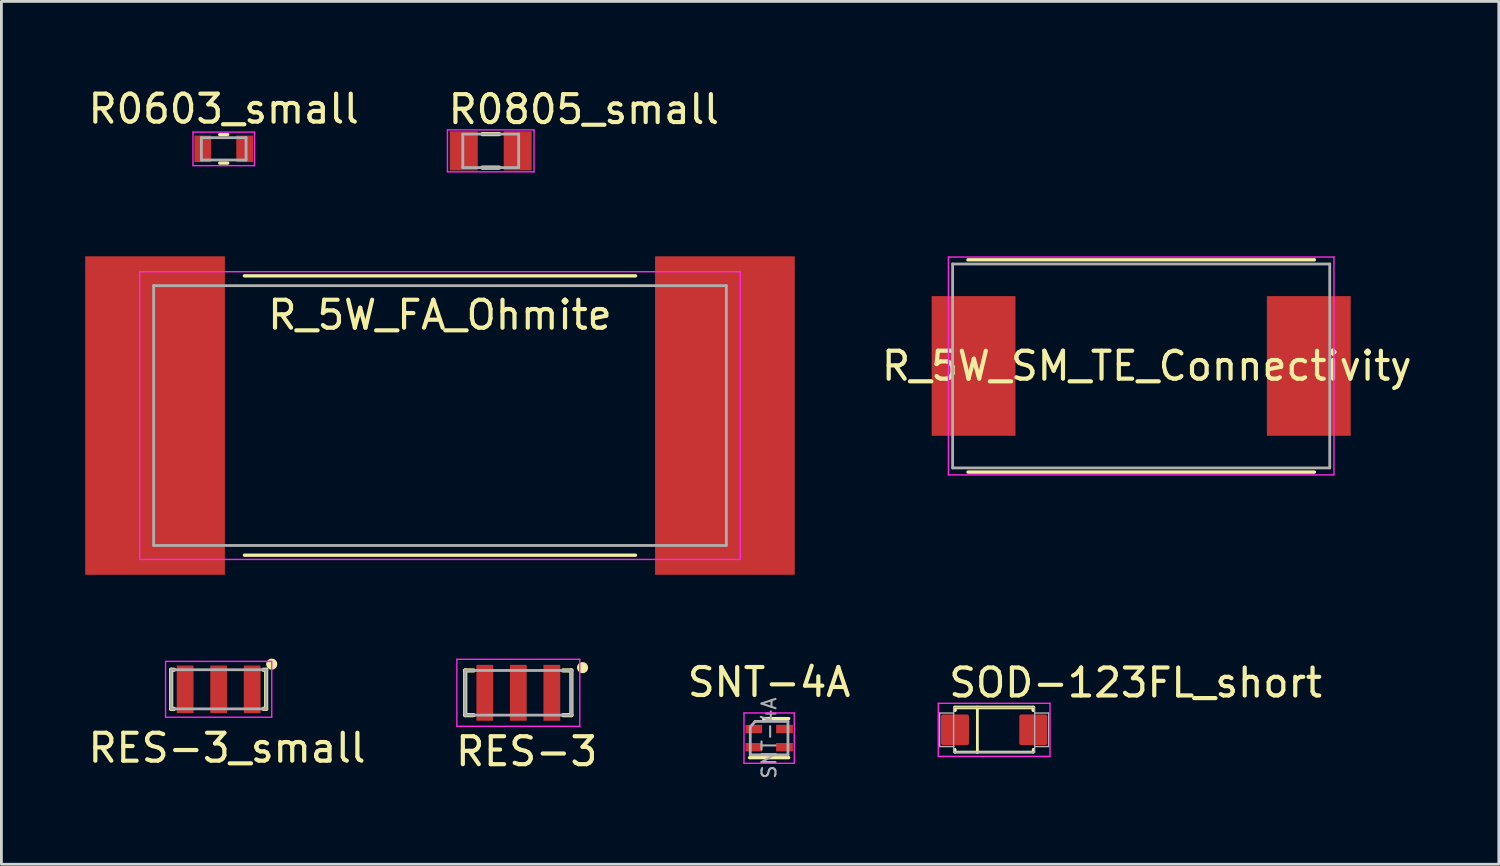
<source format=kicad_pcb>
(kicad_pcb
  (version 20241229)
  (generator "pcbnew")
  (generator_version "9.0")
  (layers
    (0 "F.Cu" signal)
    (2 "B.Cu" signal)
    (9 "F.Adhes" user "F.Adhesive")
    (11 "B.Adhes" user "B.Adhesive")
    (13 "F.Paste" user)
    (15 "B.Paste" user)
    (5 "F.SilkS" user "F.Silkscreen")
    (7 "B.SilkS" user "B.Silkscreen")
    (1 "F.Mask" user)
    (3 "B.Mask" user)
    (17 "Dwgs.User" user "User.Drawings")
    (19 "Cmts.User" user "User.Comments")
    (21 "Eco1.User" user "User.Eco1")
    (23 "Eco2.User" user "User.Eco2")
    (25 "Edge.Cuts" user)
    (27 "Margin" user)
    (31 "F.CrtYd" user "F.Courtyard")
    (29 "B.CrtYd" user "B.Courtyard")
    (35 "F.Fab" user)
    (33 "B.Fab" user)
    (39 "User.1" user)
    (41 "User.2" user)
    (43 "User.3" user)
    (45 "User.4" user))
  (footprint "SOD-123FL_short"
    (layer "F.Cu")
    (at 32.537 23.075)
    (property "Reference" "SOD-123FL_short" (at -1.7 -1.1 180) (layer "F.SilkS") (effects (font (size 1 1) (thickness 0.15)) (justify left bottom)))
    (attr through_hole)
    (fp_line (start -1.4 -0.8) (end -0.6 -0.8) (stroke (width 0.127) (type solid)) (layer "F.SilkS"))
    (fp_line (start -1.4 -0.7) (end -1.4 -0.8) (stroke (width 0.127) (type solid)) (layer "F.SilkS"))
    (fp_line (start -1.4 0.7) (end -1.4 0.8) (stroke (width 0.1) (type solid)) (layer "F.SilkS"))
    (fp_line (start -1.4 0.8) (end -0.6 0.8) (stroke (width 0.1) (type solid)) (layer "F.SilkS"))
    (fp_line (start -0.6 -0.8) (end -0.6 0.8) (stroke (width 0.1) (type solid)) (layer "F.SilkS"))
    (fp_line (start -0.6 -0.8) (end 1.4 -0.8) (stroke (width 0.127) (type solid)) (layer "F.SilkS"))
    (fp_line (start -0.6 0.8) (end 1.4 0.8) (stroke (width 0.1) (type solid)) (layer "F.SilkS"))
    (fp_line (start 1.4 -0.8) (end 1.4 -0.7) (stroke (width 0.127) (type solid)) (layer "F.SilkS"))
    (fp_line (start 1.4 0.8) (end 1.4 0.7) (stroke (width 0.1) (type solid)) (layer "F.SilkS"))
    (fp_line (start -2 -0.95) (end -2 0.95) (stroke (width 0.05) (type solid)) (layer "F.CrtYd"))
    (fp_line (start -2 0.95) (end 2 0.95) (stroke (width 0.05) (type solid)) (layer "F.CrtYd"))
    (fp_line (start 2 -0.95) (end -2 -0.95) (stroke (width 0.05) (type solid)) (layer "F.CrtYd"))
    (fp_line (start 2 0.95) (end 2 -0.95) (stroke (width 0.05) (type solid)) (layer "F.CrtYd"))
    (fp_line (start -1.95 -0.6) (end -1.95 0.6) (stroke (width 0.05) (type solid)) (layer "F.Fab"))
    (fp_line (start -1.95 -0.6) (end -1.45 -0.6) (stroke (width 0.05) (type solid)) (layer "F.Fab"))
    (fp_line (start -1.95 0.6) (end -1.45 0.6) (stroke (width 0.05) (type solid)) (layer "F.Fab"))
    (fp_line (start -1.45 -0.8) (end 1.45 -0.8) (stroke (width 0.05) (type solid)) (layer "F.Fab"))
    (fp_line (start -1.45 -0.6) (end -1.45 -0.8) (stroke (width 0.05) (type solid)) (layer "F.Fab"))
    (fp_line (start -1.45 0.6) (end -1.45 -0.6) (stroke (width 0.05) (type solid)) (layer "F.Fab"))
    (fp_line (start -1.45 0.8) (end -1.45 0.6) (stroke (width 0.05) (type solid)) (layer "F.Fab"))
    (fp_line (start 1.45 -0.8) (end 1.45 -0.6) (stroke (width 0.05) (type solid)) (layer "F.Fab"))
    (fp_line (start 1.45 -0.6) (end 1.45 0.6) (stroke (width 0.05) (type solid)) (layer "F.Fab"))
    (fp_line (start 1.45 -0.6) (end 1.95 -0.6) (stroke (width 0.05) (type solid)) (layer "F.Fab"))
    (fp_line (start 1.45 0.6) (end 1.45 0.8) (stroke (width 0.05) (type solid)) (layer "F.Fab"))
    (fp_line (start 1.45 0.8) (end -1.45 0.8) (stroke (width 0.05) (type solid)) (layer "F.Fab"))
    (fp_line (start 1.95 -0.6) (end 1.95 0.6) (stroke (width 0.05) (type solid)) (layer "F.Fab"))
    (fp_line (start 1.95 0.6) (end 1.45 0.6) (stroke (width 0.05) (type solid)) (layer "F.Fab"))
    (pad "1" smd roundrect (at -1.4 0) (size 1 1.1) (layers "F.Cu" "F.Mask" "F.Paste") (roundrect_rratio 0.075))
    (pad "2" smd roundrect (at 1.4 0) (size 1 1.1) (layers "F.Cu" "F.Mask" "F.Paste") (roundrect_rratio 0.075)))
  (footprint "R0603_small"
    (layer "F.Cu")
    (at 4.958 2.278)
    (property "Reference" "R0603_small" (at 0 -1.43 0) (layer "F.SilkS") (effects (font (size 1 1) (thickness 0.15))))
    (attr smd)
    (fp_line (start -0.141 -0.51) (end 0.141 -0.51) (stroke (width 0.12) (type solid)) (layer "F.SilkS"))
    (fp_line (start -0.141 0.51) (end 0.141 0.51) (stroke (width 0.12) (type solid)) (layer "F.SilkS"))
    (fp_line (start -1.1 -0.6) (end 1.1 -0.6) (stroke (width 0.05) (type solid)) (layer "F.CrtYd"))
    (fp_line (start -1.1 0.6) (end -1.1 -0.6) (stroke (width 0.05) (type solid)) (layer "F.CrtYd"))
    (fp_line (start 1.1 -0.6) (end 1.1 0.6) (stroke (width 0.05) (type solid)) (layer "F.CrtYd"))
    (fp_line (start 1.1 0.6) (end -1.1 0.6) (stroke (width 0.05) (type solid)) (layer "F.CrtYd"))
    (fp_line (start -0.8 -0.4) (end 0.8 -0.4) (stroke (width 0.1) (type solid)) (layer "F.Fab"))
    (fp_line (start -0.8 0.4) (end -0.8 -0.4) (stroke (width 0.1) (type solid)) (layer "F.Fab"))
    (fp_line (start 0.8 -0.4) (end 0.8 0.4) (stroke (width 0.1) (type solid)) (layer "F.Fab"))
    (fp_line (start 0.8 0.4) (end -0.8 0.4) (stroke (width 0.1) (type solid)) (layer "F.Fab"))
    (pad "1" smd rect (at -0.75 0) (size 0.6 0.95) (layers "F.Cu" "F.Mask" "F.Paste"))
    (pad "2" smd rect (at 0.75 0) (size 0.6 0.95) (layers "F.Cu" "F.Mask" "F.Paste")))
  (footprint "R0805_small"
    (layer "F.Cu")
    (at 14.517 2.35)
    (property "Reference" "R0805_small" (at -1.6 -0.9 180) (layer "F.SilkS") (effects (font (size 1 1) (thickness 0.15)) (justify left bottom)))
    (attr through_hole)
    (fp_line (start -0.3 -0.6) (end 0.3 -0.6) (stroke (width 0.15) (type solid)) (layer "F.SilkS"))
    (fp_line (start 0.3 0.6) (end -0.3 0.6) (stroke (width 0.15) (type solid)) (layer "F.SilkS"))
    (fp_line (start -1.55 -0.75) (end 1.55 -0.75) (stroke (width 0.05) (type solid)) (layer "F.CrtYd"))
    (fp_line (start -1.55 0.75) (end -1.55 -0.75) (stroke (width 0.05) (type solid)) (layer "F.CrtYd"))
    (fp_line (start 1.55 -0.75) (end 1.55 0.75) (stroke (width 0.05) (type solid)) (layer "F.CrtYd"))
    (fp_line (start 1.55 0.75) (end -1.55 0.75) (stroke (width 0.05) (type solid)) (layer "F.CrtYd"))
    (fp_line (start -1 -0.6) (end -1 0.6) (stroke (width 0.1) (type solid)) (layer "F.Fab"))
    (fp_line (start -1 -0.6) (end 1 -0.6) (stroke (width 0.1) (type solid)) (layer "F.Fab"))
    (fp_line (start -1 0.6) (end 1 0.6) (stroke (width 0.1) (type solid)) (layer "F.Fab"))
    (fp_line (start 1 -0.6) (end 1 0.6) (stroke (width 0.1) (type solid)) (layer "F.Fab"))
    (pad "1" smd rect (at -0.965 0) (size 1 1.4) (layers "F.Cu" "F.Mask" "F.Paste"))
    (pad "2" smd rect (at 0.965 0) (size 1 1.4) (layers "F.Cu" "F.Mask" "F.Paste")))
  (footprint "R_5W_FA_Ohmite"
    (layer "F.Cu")
    (at 12.7 11.825)
    (property "Reference" "R_5W_FA_Ohmite" (at 0 -3.6 0) (layer "F.SilkS") (effects (font (size 1 1) (thickness 0.15))))
    (attr smd)
    (fp_line (start -7 -5) (end 7 -5) (stroke (width 0.12) (type solid)) (layer "F.SilkS"))
    (fp_line (start -7 5) (end 7 5) (stroke (width 0.12) (type solid)) (layer "F.SilkS"))
    (fp_line (start -10.75 -5.15) (end 10.75 -5.15) (stroke (width 0.05) (type solid)) (layer "F.CrtYd"))
    (fp_line (start -10.75 5.15) (end -10.75 -5.15) (stroke (width 0.05) (type solid)) (layer "F.CrtYd"))
    (fp_line (start 10.75 -5.15) (end 10.75 5.15) (stroke (width 0.05) (type solid)) (layer "F.CrtYd"))
    (fp_line (start 10.75 5.15) (end -10.75 5.15) (stroke (width 0.05) (type solid)) (layer "F.CrtYd"))
    (fp_line (start -10.25 -4.65) (end 10.25 -4.65) (stroke (width 0.1) (type solid)) (layer "F.Fab"))
    (fp_line (start -10.25 4.65) (end -10.25 -4.65) (stroke (width 0.1) (type solid)) (layer "F.Fab"))
    (fp_line (start 10.25 -4.65) (end 10.25 4.65) (stroke (width 0.1) (type solid)) (layer "F.Fab"))
    (fp_line (start 10.25 4.65) (end -10.25 4.65) (stroke (width 0.1) (type solid)) (layer "F.Fab"))
    (pad "1" smd rect (at -10.2 0) (size 5 11.4) (layers "F.Cu" "F.Mask" "F.Paste"))
    (pad "2" smd rect (at 10.2 0) (size 5 11.4) (layers "F.Cu" "F.Mask" "F.Paste")))
  (footprint "R_5W_SM_TE_Connectivity"
    (layer "F.Cu")
    (at 37.801 10.05)
    (property "Reference" "R_5W_SM_TE_Connectivity" (at 0.2 0 0) (layer "F.SilkS") (effects (font (size 1 1) (thickness 0.15))))
    (attr smd)
    (fp_line (start -6.2 -3.8) (end 6.2 -3.8) (stroke (width 0.12) (type solid)) (layer "F.SilkS"))
    (fp_line (start -6.2 3.8) (end 6.2 3.8) (stroke (width 0.12) (type solid)) (layer "F.SilkS"))
    (fp_line (start -6.9 -3.9) (end 6.9 -3.9) (stroke (width 0.05) (type solid)) (layer "F.CrtYd"))
    (fp_line (start -6.9 3.9) (end -6.9 -3.9) (stroke (width 0.05) (type solid)) (layer "F.CrtYd"))
    (fp_line (start 6.9 -3.9) (end 6.9 3.9) (stroke (width 0.05) (type solid)) (layer "F.CrtYd"))
    (fp_line (start 6.9 3.9) (end -6.9 3.9) (stroke (width 0.05) (type solid)) (layer "F.CrtYd"))
    (fp_line (start -6.75 -3.65) (end 6.75 -3.65) (stroke (width 0.1) (type solid)) (layer "F.Fab"))
    (fp_line (start -6.75 3.65) (end -6.75 -3.65) (stroke (width 0.1) (type solid)) (layer "F.Fab"))
    (fp_line (start 6.75 -3.65) (end 6.75 3.65) (stroke (width 0.1) (type solid)) (layer "F.Fab"))
    (fp_line (start 6.75 3.65) (end -6.75 3.65) (stroke (width 0.1) (type solid)) (layer "F.Fab"))
    (pad "1" smd rect (at -6 0) (size 3 5) (layers "F.Cu" "F.Mask" "F.Paste"))
    (pad "2" smd rect (at 6 0) (size 3 5) (layers "F.Cu" "F.Mask" "F.Paste")))
  (footprint "RES-3"
    (layer "F.Cu")
    (at 15.504 21.75)
    (property "Reference" "RES-3" (at 0.3 2.1 0) (layer "F.SilkS") (effects (font (size 1 1) (thickness 0.15))))
    (attr smd)
    (fp_line (start -1.9 -0.8) (end -1.6 -0.8) (stroke (width 0.15) (type solid)) (layer "F.SilkS"))
    (fp_line (start -1.9 0.8) (end -1.9 -0.8) (stroke (width 0.15) (type solid)) (layer "F.SilkS"))
    (fp_line (start -1.9 0.8) (end -1.6 0.8) (stroke (width 0.15) (type solid)) (layer "F.SilkS"))
    (fp_line (start 1.9 -0.8) (end 1.6 -0.8) (stroke (width 0.15) (type solid)) (layer "F.SilkS"))
    (fp_line (start 1.9 -0.8) (end 1.9 0.8) (stroke (width 0.15) (type solid)) (layer "F.SilkS"))
    (fp_line (start 1.9 0.8) (end 1.6 0.8) (stroke (width 0.15) (type solid)) (layer "F.SilkS"))
    (fp_circle (center 2.3 -0.9) (end 2.4 -0.9) (stroke (width 0.2) (type solid)) (fill no) (layer "F.SilkS"))
    (fp_line (start -2.2 -1.2) (end 2.2 -1.2) (stroke (width 0.05) (type solid)) (layer "F.CrtYd"))
    (fp_line (start -2.2 1.2) (end -2.2 -1.2) (stroke (width 0.05) (type solid)) (layer "F.CrtYd"))
    (fp_line (start 2.2 -1.2) (end 2.2 1.2) (stroke (width 0.05) (type solid)) (layer "F.CrtYd"))
    (fp_line (start 2.2 1.2) (end -2.2 1.2) (stroke (width 0.05) (type solid)) (layer "F.CrtYd"))
    (fp_line (start -1.9 -0.8) (end -1.9 0.8) (stroke (width 0.1) (type solid)) (layer "F.Fab"))
    (fp_line (start -1.9 0.8) (end 1.9 0.8) (stroke (width 0.1) (type solid)) (layer "F.Fab"))
    (fp_line (start 1.9 -0.8) (end -1.9 -0.8) (stroke (width 0.1) (type solid)) (layer "F.Fab"))
    (fp_line (start 1.9 0.8) (end 1.9 -0.8) (stroke (width 0.1) (type solid)) (layer "F.Fab"))
    (pad "1" smd rect (at 1.2 0) (size 0.6 2) (layers "F.Cu" "F.Mask" "F.Paste"))
    (pad "2" smd rect (at 0 0) (size 0.6 2) (layers "F.Cu" "F.Mask" "F.Paste"))
    (pad "3" smd rect (at -1.2 0) (size 0.6 2) (layers "F.Cu" "F.Mask" "F.Paste")))
  (footprint "SNT-4A"
    (layer "F.Cu")
    (at 24.482 23.373)
    (property "Reference" "SNT-4A" (at 0 -2 0) (layer "F.SilkS") (effects (font (size 1 1) (thickness 0.15))))
    (attr smd)
    (fp_line (start -0.7 0.7) (end 0.7 0.7) (stroke (width 0.12) (type solid)) (layer "F.SilkS"))
    (fp_line (start 0.7 -0.7) (end -0.2 -0.7) (stroke (width 0.12) (type solid)) (layer "F.SilkS"))
    (fp_line (start -0.9 -0.9) (end -0.9 0.9) (stroke (width 0.05) (type solid)) (layer "F.CrtYd"))
    (fp_line (start -0.9 -0.9) (end 0.9 -0.9) (stroke (width 0.05) (type solid)) (layer "F.CrtYd"))
    (fp_line (start -0.9 0.9) (end 0.9 0.9) (stroke (width 0.05) (type solid)) (layer "F.CrtYd"))
    (fp_line (start 0.9 0.9) (end 0.9 -0.9) (stroke (width 0.05) (type solid)) (layer "F.CrtYd"))
    (fp_line (start -0.675 -0.4) (end -0.675 0.6) (stroke (width 0.1) (type solid)) (layer "F.Fab"))
    (fp_line (start -0.5 -0.6) (end -0.675 -0.4) (stroke (width 0.1) (type solid)) (layer "F.Fab"))
    (fp_line (start 0.675 -0.6) (end -0.5 -0.6) (stroke (width 0.1) (type solid)) (layer "F.Fab"))
    (fp_line (start 0.675 -0.6) (end 0.675 0.6) (stroke (width 0.1) (type solid)) (layer "F.Fab"))
    (fp_line (start 0.675 0.6) (end -0.675 0.6) (stroke (width 0.1) (type solid)) (layer "F.Fab"))
    (fp_text user "${REFERENCE}" (at 0 0 90) (layer "F.Fab") (effects (font (size 0.5 0.5) (thickness 0.075))))
    (pad "1" smd rect (at -0.55 -0.325) (size 0.6 0.3) (layers "F.Cu" "F.Mask" "F.Paste"))
    (pad "2" smd rect (at -0.55 0.325) (size 0.6 0.3) (layers "F.Cu" "F.Mask" "F.Paste"))
    (pad "3" smd rect (at 0.55 0.325) (size 0.6 0.3) (layers "F.Cu" "F.Mask" "F.Paste"))
    (pad "4" smd rect (at 0.55 -0.325) (size 0.6 0.3) (layers "F.Cu" "F.Mask" "F.Paste")))
  (footprint "RES-3_small"
    (layer "F.Cu")
    (at 4.777 21.625)
    (property "Reference" "RES-3_small" (at 0.3 2.1 0) (layer "F.SilkS") (effects (font (size 1 1) (thickness 0.15))))
    (attr smd)
    (fp_line (start -1.7 -0.7) (end -1.6 -0.7) (stroke (width 0.15) (type solid)) (layer "F.SilkS"))
    (fp_line (start -1.7 0.7) (end -1.7 -0.7) (stroke (width 0.15) (type solid)) (layer "F.SilkS"))
    (fp_line (start -1.7 0.7) (end -1.6 0.7) (stroke (width 0.15) (type solid)) (layer "F.SilkS"))
    (fp_line (start 1.7 -0.7) (end 1.6 -0.7) (stroke (width 0.15) (type solid)) (layer "F.SilkS"))
    (fp_line (start 1.7 -0.7) (end 1.7 0.7) (stroke (width 0.15) (type solid)) (layer "F.SilkS"))
    (fp_line (start 1.7 0.7) (end 1.6 0.7) (stroke (width 0.15) (type solid)) (layer "F.SilkS"))
    (fp_circle (center 1.9 -0.9) (end 2 -0.9) (stroke (width 0.2) (type solid)) (fill no) (layer "F.SilkS"))
    (fp_line (start -1.9 -1) (end 1.9 -1) (stroke (width 0.05) (type solid)) (layer "F.CrtYd"))
    (fp_line (start -1.9 1) (end -1.9 -1) (stroke (width 0.05) (type solid)) (layer "F.CrtYd"))
    (fp_line (start 1.9 -1) (end 1.9 1) (stroke (width 0.05) (type solid)) (layer "F.CrtYd"))
    (fp_line (start 1.9 1) (end -1.9 1) (stroke (width 0.05) (type solid)) (layer "F.CrtYd"))
    (fp_line (start -1.7 -0.7) (end -1.7 0.7) (stroke (width 0.1) (type solid)) (layer "F.Fab"))
    (fp_line (start -1.7 0.7) (end 1.7 0.7) (stroke (width 0.1) (type solid)) (layer "F.Fab"))
    (fp_line (start 1.7 -0.7) (end -1.7 -0.7) (stroke (width 0.1) (type solid)) (layer "F.Fab"))
    (fp_line (start 1.7 0.7) (end 1.7 -0.7) (stroke (width 0.1) (type solid)) (layer "F.Fab"))
    (pad "1" smd rect (at 1.2 0) (size 0.6 1.7) (layers "F.Cu" "F.Mask" "F.Paste"))
    (pad "2" smd rect (at 0 0) (size 0.6 1.7) (layers "F.Cu" "F.Mask" "F.Paste"))
    (pad "3" smd rect (at -1.2 0) (size 0.6 1.7) (layers "F.Cu" "F.Mask" "F.Paste")))
  (gr_rect
    (start -3 -3)
    (end 50.602 27.888)
    (stroke (width 0.1) (type default))
    (fill no)
    (layer "Edge.Cuts")))
</source>
